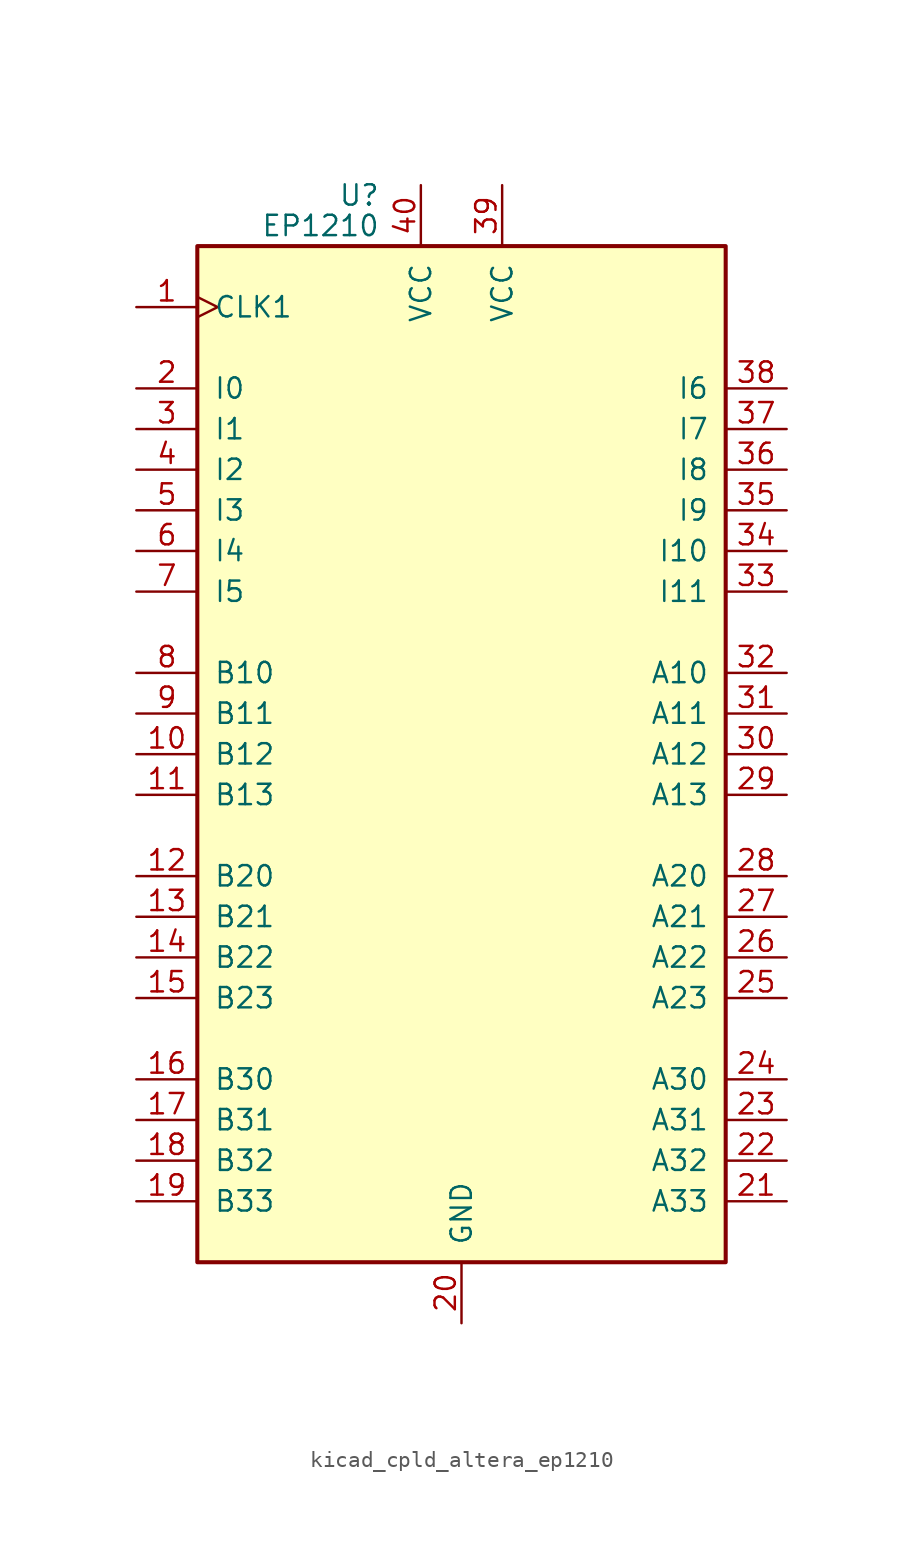
<source format=kicad_sym>
(kicad_symbol_lib
  (version 20220914)
  (generator kicad_symbol_editor)
  (symbol "kicad_cpld_altera_ep1210"
    (pin_names
      (offset 1.016))
    (property "Reference" "U"
      (at -5.08 34.925 0)
      (effects (font (size 1.27 1.27)) (justify right)))
    (property "Value" "EP1210"
      (at -5.08 33.02 0)
      (effects (font (size 1.27 1.27)) (justify right)))
    (symbol "kicad_cpld_altera_ep1210_0_1"
      (rectangle (start -16.51 -31.75) (end 16.51 31.75) (stroke (width 0.254) (type default)) (fill (type background))))
    (symbol "kicad_cpld_altera_ep1210_1_1"
      (pin input clock (at -20.32 27.94 0) (length 3.81) (name "CLK1" (effects (font (size 1.27 1.27)))) (number "1" (effects (font (size 1.27 1.27)))))
      (pin input line (at -20.32 0 0) (length 3.81) (name "B12" (effects (font (size 1.27 1.27)))) (number "10" (effects (font (size 1.27 1.27)))))
      (pin input line (at -20.32 -2.54 0) (length 3.81) (name "B13" (effects (font (size 1.27 1.27)))) (number "11" (effects (font (size 1.27 1.27)))))
      (pin input line (at -20.32 -7.62 0) (length 3.81) (name "B20" (effects (font (size 1.27 1.27)))) (number "12" (effects (font (size 1.27 1.27)))))
      (pin input line (at -20.32 -10.16 0) (length 3.81) (name "B21" (effects (font (size 1.27 1.27)))) (number "13" (effects (font (size 1.27 1.27)))))
      (pin input line (at -20.32 -12.7 0) (length 3.81) (name "B22" (effects (font (size 1.27 1.27)))) (number "14" (effects (font (size 1.27 1.27)))))
      (pin input line (at -20.32 -15.24 0) (length 3.81) (name "B23" (effects (font (size 1.27 1.27)))) (number "15" (effects (font (size 1.27 1.27)))))
      (pin input line (at -20.32 -20.32 0) (length 3.81) (name "B30" (effects (font (size 1.27 1.27)))) (number "16" (effects (font (size 1.27 1.27)))))
      (pin input line (at -20.32 -22.86 0) (length 3.81) (name "B31" (effects (font (size 1.27 1.27)))) (number "17" (effects (font (size 1.27 1.27)))))
      (pin input line (at -20.32 -25.4 0) (length 3.81) (name "B32" (effects (font (size 1.27 1.27)))) (number "18" (effects (font (size 1.27 1.27)))))
      (pin input line (at -20.32 -27.94 0) (length 3.81) (name "B33" (effects (font (size 1.27 1.27)))) (number "19" (effects (font (size 1.27 1.27)))))
      (pin input line (at -20.32 22.86 0) (length 3.81) (name "I0" (effects (font (size 1.27 1.27)))) (number "2" (effects (font (size 1.27 1.27)))))
      (pin power_in line (at 0 -35.56 90) (length 3.81) (name "GND" (effects (font (size 1.27 1.27)))) (number "20" (effects (font (size 1.27 1.27)))))
      (pin input line (at 20.32 -27.94 180) (length 3.81) (name "A33" (effects (font (size 1.27 1.27)))) (number "21" (effects (font (size 1.27 1.27)))))
      (pin input line (at 20.32 -25.4 180) (length 3.81) (name "A32" (effects (font (size 1.27 1.27)))) (number "22" (effects (font (size 1.27 1.27)))))
      (pin input line (at 20.32 -22.86 180) (length 3.81) (name "A31" (effects (font (size 1.27 1.27)))) (number "23" (effects (font (size 1.27 1.27)))))
      (pin input line (at 20.32 -20.32 180) (length 3.81) (name "A30" (effects (font (size 1.27 1.27)))) (number "24" (effects (font (size 1.27 1.27)))))
      (pin input line (at 20.32 -15.24 180) (length 3.81) (name "A23" (effects (font (size 1.27 1.27)))) (number "25" (effects (font (size 1.27 1.27)))))
      (pin input line (at 20.32 -12.7 180) (length 3.81) (name "A22" (effects (font (size 1.27 1.27)))) (number "26" (effects (font (size 1.27 1.27)))))
      (pin input line (at 20.32 -10.16 180) (length 3.81) (name "A21" (effects (font (size 1.27 1.27)))) (number "27" (effects (font (size 1.27 1.27)))))
      (pin input line (at 20.32 -7.62 180) (length 3.81) (name "A20" (effects (font (size 1.27 1.27)))) (number "28" (effects (font (size 1.27 1.27)))))
      (pin input line (at 20.32 -2.54 180) (length 3.81) (name "A13" (effects (font (size 1.27 1.27)))) (number "29" (effects (font (size 1.27 1.27)))))
      (pin input line (at -20.32 20.32 0) (length 3.81) (name "I1" (effects (font (size 1.27 1.27)))) (number "3" (effects (font (size 1.27 1.27)))))
      (pin input line (at 20.32 0 180) (length 3.81) (name "A12" (effects (font (size 1.27 1.27)))) (number "30" (effects (font (size 1.27 1.27)))))
      (pin input line (at 20.32 2.54 180) (length 3.81) (name "A11" (effects (font (size 1.27 1.27)))) (number "31" (effects (font (size 1.27 1.27)))))
      (pin input line (at 20.32 5.08 180) (length 3.81) (name "A10" (effects (font (size 1.27 1.27)))) (number "32" (effects (font (size 1.27 1.27)))))
      (pin input line (at 20.32 10.16 180) (length 3.81) (name "I11" (effects (font (size 1.27 1.27)))) (number "33" (effects (font (size 1.27 1.27)))))
      (pin input line (at 20.32 12.7 180) (length 3.81) (name "I10" (effects (font (size 1.27 1.27)))) (number "34" (effects (font (size 1.27 1.27)))))
      (pin input line (at 20.32 15.24 180) (length 3.81) (name "I9" (effects (font (size 1.27 1.27)))) (number "35" (effects (font (size 1.27 1.27)))))
      (pin input line (at 20.32 17.78 180) (length 3.81) (name "I8" (effects (font (size 1.27 1.27)))) (number "36" (effects (font (size 1.27 1.27)))))
      (pin input line (at 20.32 20.32 180) (length 3.81) (name "I7" (effects (font (size 1.27 1.27)))) (number "37" (effects (font (size 1.27 1.27)))))
      (pin input line (at 20.32 22.86 180) (length 3.81) (name "I6" (effects (font (size 1.27 1.27)))) (number "38" (effects (font (size 1.27 1.27)))))
      (pin power_in line (at 2.54 35.56 270) (length 3.81) (name "VCC" (effects (font (size 1.27 1.27)))) (number "39" (effects (font (size 1.27 1.27)))))
      (pin input line (at -20.32 17.78 0) (length 3.81) (name "I2" (effects (font (size 1.27 1.27)))) (number "4" (effects (font (size 1.27 1.27)))))
      (pin power_in line (at -2.54 35.56 270) (length 3.81) (name "VCC" (effects (font (size 1.27 1.27)))) (number "40" (effects (font (size 1.27 1.27)))))
      (pin input line (at -20.32 15.24 0) (length 3.81) (name "I3" (effects (font (size 1.27 1.27)))) (number "5" (effects (font (size 1.27 1.27)))))
      (pin input line (at -20.32 12.7 0) (length 3.81) (name "I4" (effects (font (size 1.27 1.27)))) (number "6" (effects (font (size 1.27 1.27)))))
      (pin input line (at -20.32 10.16 0) (length 3.81) (name "I5" (effects (font (size 1.27 1.27)))) (number "7" (effects (font (size 1.27 1.27)))))
      (pin input line (at -20.32 5.08 0) (length 3.81) (name "B10" (effects (font (size 1.27 1.27)))) (number "8" (effects (font (size 1.27 1.27)))))
      (pin input line (at -20.32 2.54 0) (length 3.81) (name "B11" (effects (font (size 1.27 1.27)))) (number "9" (effects (font (size 1.27 1.27))))))))
</source>
